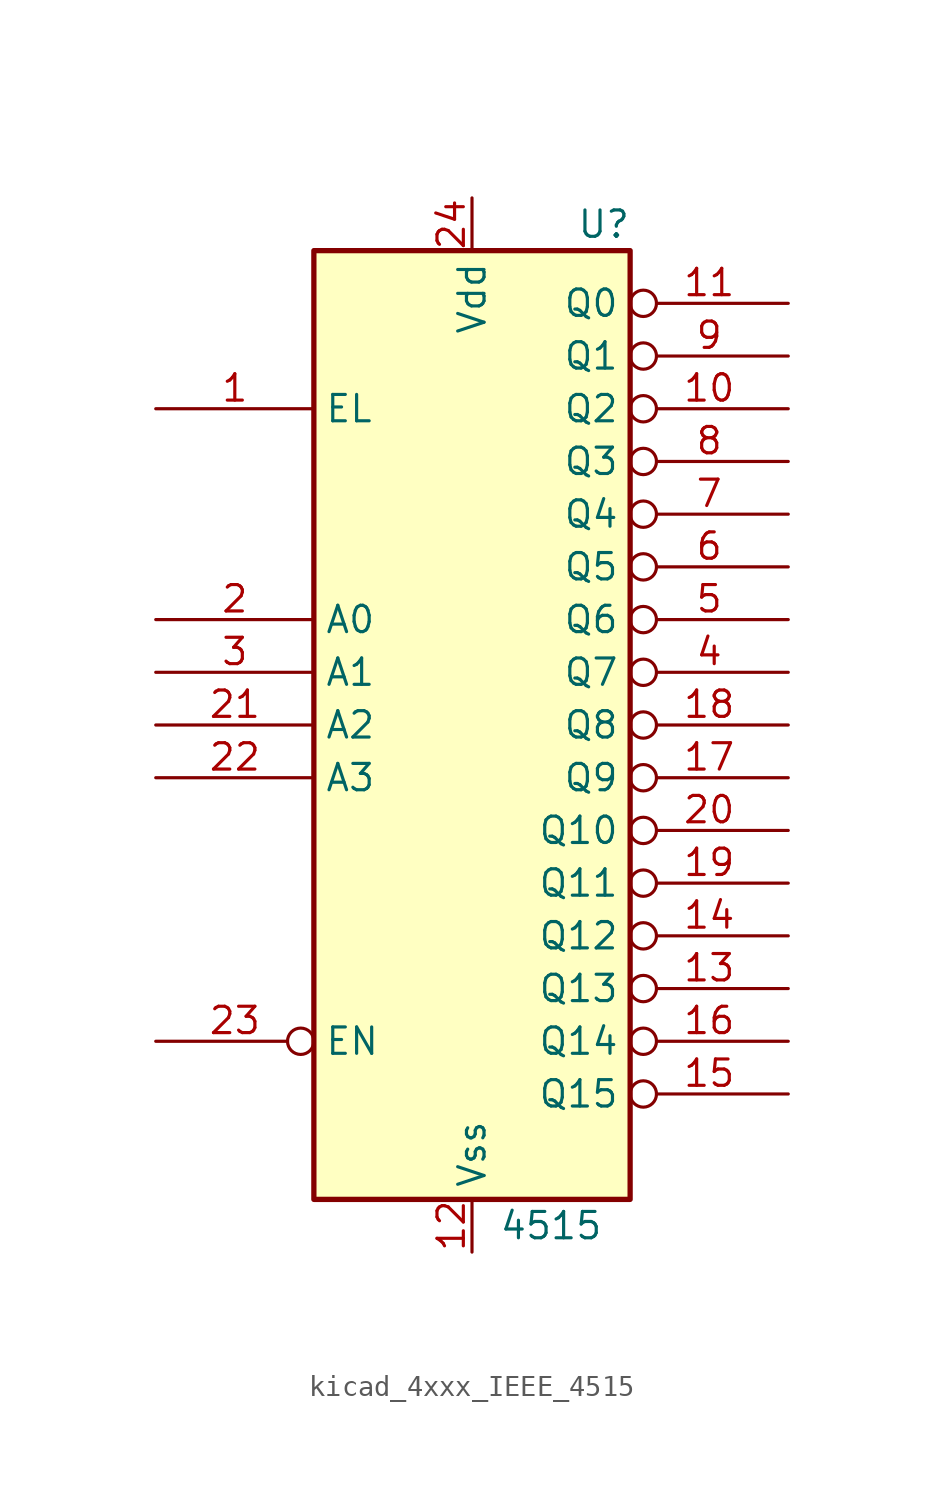
<source format=kicad_sym>
(kicad_symbol_lib
  (version 20220914)
  (generator kicad_symbol_editor)
  (symbol "kicad_4xxx_IEEE_4515"
    (property "Reference" "U"
      (at 6.35 24.13 0)
      (effects (font (size 1.27 1.27))))
    (property "Value" "4515"
      (at 3.81 -24.13 0)
      (effects (font (size 1.27 1.27))))
    (symbol "kicad_4xxx_IEEE_4515_0_1"
      (rectangle (start -7.62 22.86) (end 7.62 -22.86) (stroke (width 0.254) (type default)) (fill (type background))))
    (symbol "kicad_4xxx_IEEE_4515_1_1"
      (pin input line (at -15.24 15.24 0) (length 7.62) (name "EL" (effects (font (size 1.27 1.27)))) (number "1" (effects (font (size 1.27 1.27)))))
      (pin output inverted (at 15.24 15.24 180) (length 7.62) (name "Q2" (effects (font (size 1.27 1.27)))) (number "10" (effects (font (size 1.27 1.27)))))
      (pin output inverted (at 15.24 20.32 180) (length 7.62) (name "Q0" (effects (font (size 1.27 1.27)))) (number "11" (effects (font (size 1.27 1.27)))))
      (pin power_in line (at 0 -25.4 90) (length 2.54) (name "Vss" (effects (font (size 1.27 1.27)))) (number "12" (effects (font (size 1.27 1.27)))))
      (pin output inverted (at 15.24 -12.7 180) (length 7.62) (name "Q13" (effects (font (size 1.27 1.27)))) (number "13" (effects (font (size 1.27 1.27)))))
      (pin output inverted (at 15.24 -10.16 180) (length 7.62) (name "Q12" (effects (font (size 1.27 1.27)))) (number "14" (effects (font (size 1.27 1.27)))))
      (pin output inverted (at 15.24 -17.78 180) (length 7.62) (name "Q15" (effects (font (size 1.27 1.27)))) (number "15" (effects (font (size 1.27 1.27)))))
      (pin output inverted (at 15.24 -15.24 180) (length 7.62) (name "Q14" (effects (font (size 1.27 1.27)))) (number "16" (effects (font (size 1.27 1.27)))))
      (pin output inverted (at 15.24 -2.54 180) (length 7.62) (name "Q9" (effects (font (size 1.27 1.27)))) (number "17" (effects (font (size 1.27 1.27)))))
      (pin output inverted (at 15.24 0 180) (length 7.62) (name "Q8" (effects (font (size 1.27 1.27)))) (number "18" (effects (font (size 1.27 1.27)))))
      (pin output inverted (at 15.24 -7.62 180) (length 7.62) (name "Q11" (effects (font (size 1.27 1.27)))) (number "19" (effects (font (size 1.27 1.27)))))
      (pin input line (at -15.24 5.08 0) (length 7.62) (name "A0" (effects (font (size 1.27 1.27)))) (number "2" (effects (font (size 1.27 1.27)))))
      (pin output inverted (at 15.24 -5.08 180) (length 7.62) (name "Q10" (effects (font (size 1.27 1.27)))) (number "20" (effects (font (size 1.27 1.27)))))
      (pin input line (at -15.24 0 0) (length 7.62) (name "A2" (effects (font (size 1.27 1.27)))) (number "21" (effects (font (size 1.27 1.27)))))
      (pin input line (at -15.24 -2.54 0) (length 7.62) (name "A3" (effects (font (size 1.27 1.27)))) (number "22" (effects (font (size 1.27 1.27)))))
      (pin input inverted (at -15.24 -15.24 0) (length 7.62) (name "EN" (effects (font (size 1.27 1.27)))) (number "23" (effects (font (size 1.27 1.27)))))
      (pin power_in line (at 0 25.4 270) (length 2.54) (name "Vdd" (effects (font (size 1.27 1.27)))) (number "24" (effects (font (size 1.27 1.27)))))
      (pin input line (at -15.24 2.54 0) (length 7.62) (name "A1" (effects (font (size 1.27 1.27)))) (number "3" (effects (font (size 1.27 1.27)))))
      (pin output inverted (at 15.24 2.54 180) (length 7.62) (name "Q7" (effects (font (size 1.27 1.27)))) (number "4" (effects (font (size 1.27 1.27)))))
      (pin output inverted (at 15.24 5.08 180) (length 7.62) (name "Q6" (effects (font (size 1.27 1.27)))) (number "5" (effects (font (size 1.27 1.27)))))
      (pin output inverted (at 15.24 7.62 180) (length 7.62) (name "Q5" (effects (font (size 1.27 1.27)))) (number "6" (effects (font (size 1.27 1.27)))))
      (pin output inverted (at 15.24 10.16 180) (length 7.62) (name "Q4" (effects (font (size 1.27 1.27)))) (number "7" (effects (font (size 1.27 1.27)))))
      (pin output inverted (at 15.24 12.7 180) (length 7.62) (name "Q3" (effects (font (size 1.27 1.27)))) (number "8" (effects (font (size 1.27 1.27)))))
      (pin output inverted (at 15.24 17.78 180) (length 7.62) (name "Q1" (effects (font (size 1.27 1.27)))) (number "9" (effects (font (size 1.27 1.27))))))))
</source>
